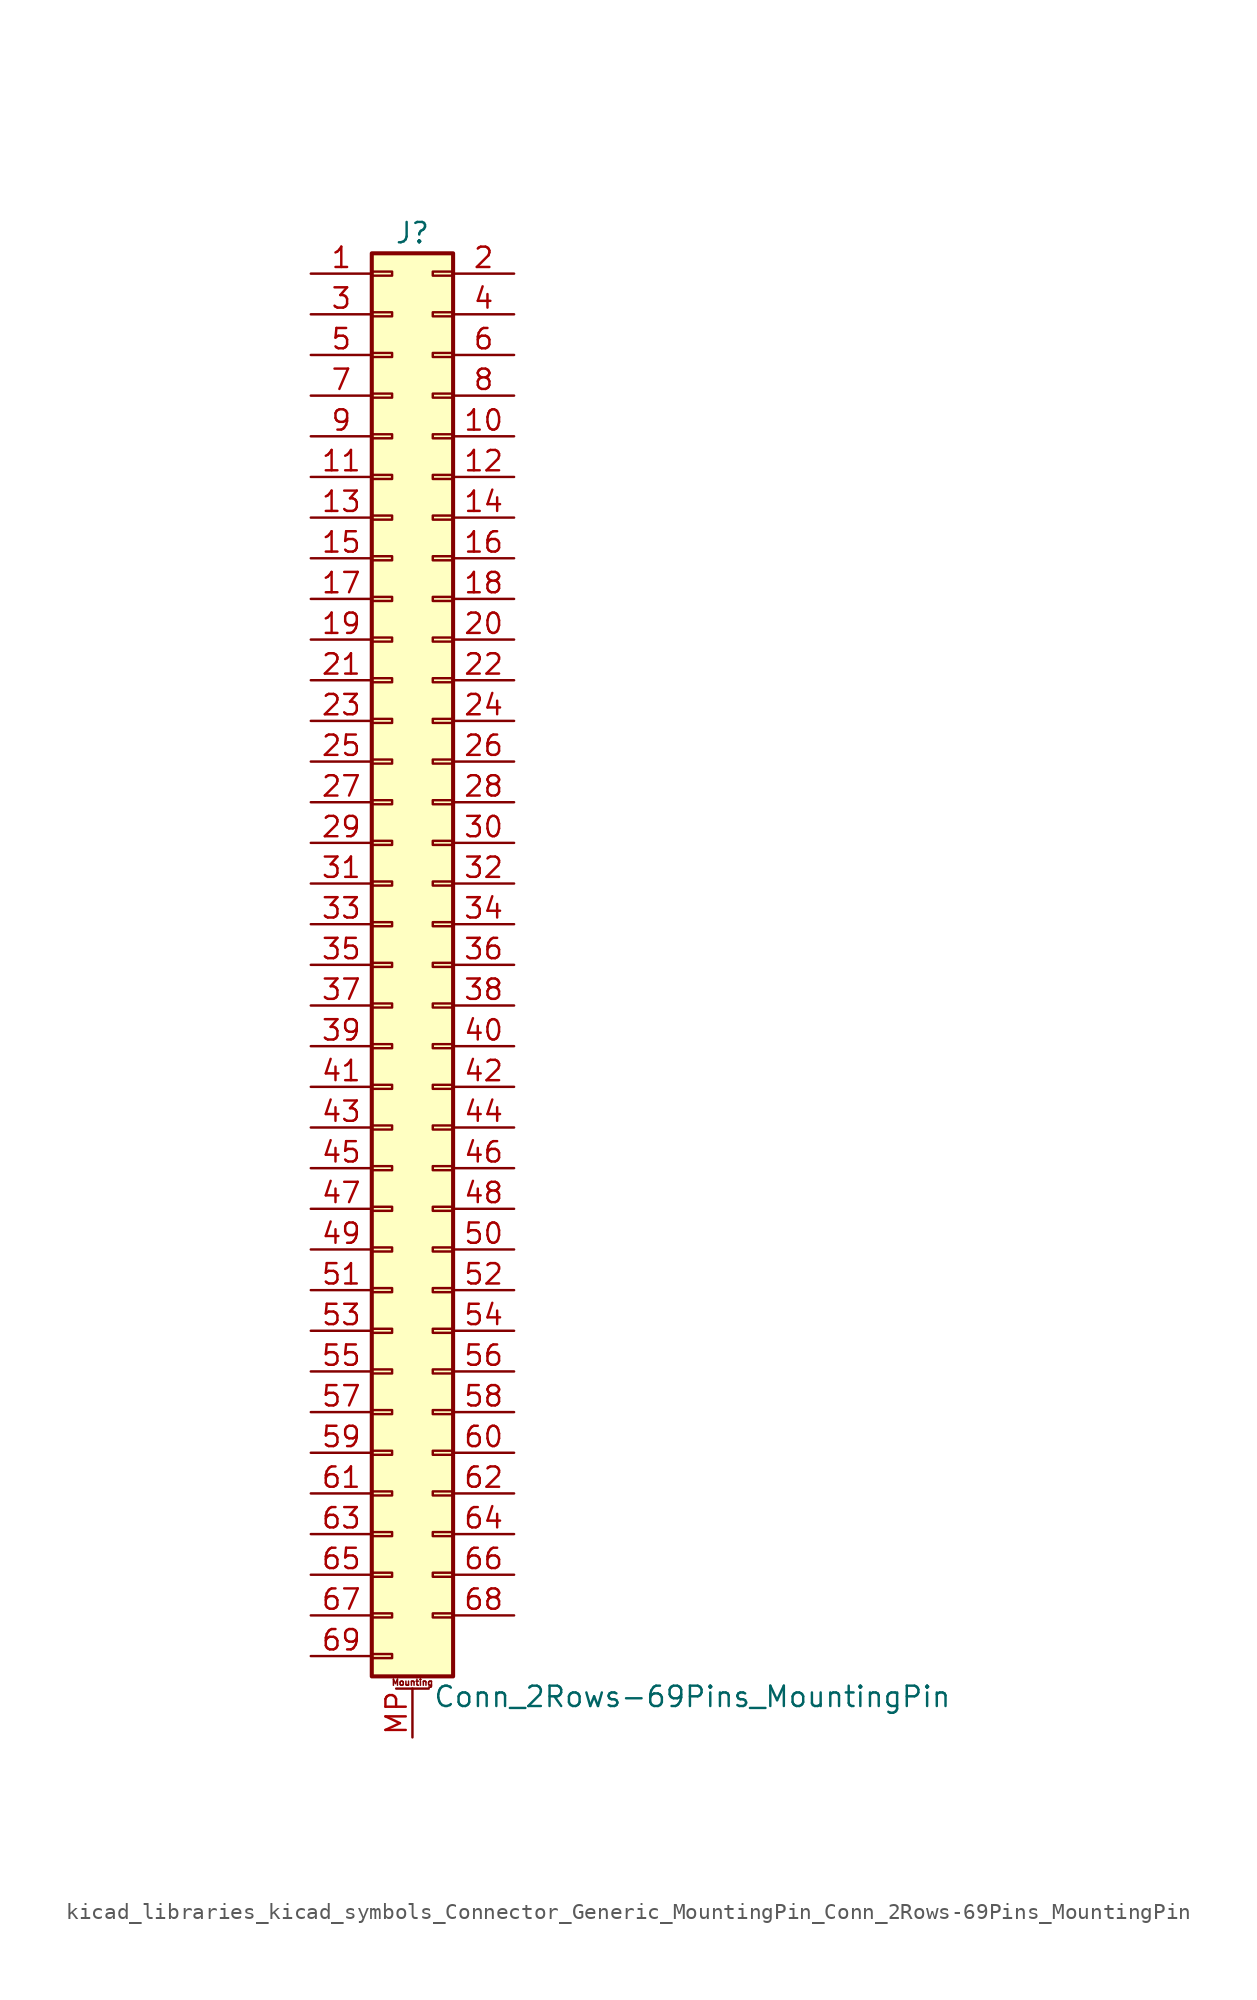
<source format=kicad_sym>
(kicad_symbol_lib
  (version 20220914)
  (generator kicad_symbol_editor)
  (symbol "kicad_libraries_kicad_symbols_Connector_Generic_MountingPin_Conn_2Rows-69Pins_MountingPin"
    (pin_names
      (offset 1.016) hide)
    (property "Reference" "J"
      (at 1.27 45.72 0)
      (effects (font (size 1.27 1.27))))
    (property "Value" "Conn_2Rows-69Pins_MountingPin"
      (at 2.54 -45.72 0)
      (effects (font (size 1.27 1.27)) (justify left)))
    (symbol "kicad_libraries_kicad_symbols_Connector_Generic_MountingPin_Conn_2Rows-69Pins_MountingPin_1_1"
      (rectangle (start -1.27 -43.053) (end 0 -43.307) (stroke (width 0.152) (type default)) (fill (type none)))
      (rectangle (start -1.27 -40.513) (end 0 -40.767) (stroke (width 0.152) (type default)) (fill (type none)))
      (rectangle (start -1.27 -37.973) (end 0 -38.227) (stroke (width 0.152) (type default)) (fill (type none)))
      (rectangle (start -1.27 -35.433) (end 0 -35.687) (stroke (width 0.152) (type default)) (fill (type none)))
      (rectangle (start -1.27 -32.893) (end 0 -33.147) (stroke (width 0.152) (type default)) (fill (type none)))
      (rectangle (start -1.27 -30.353) (end 0 -30.607) (stroke (width 0.152) (type default)) (fill (type none)))
      (rectangle (start -1.27 -27.813) (end 0 -28.067) (stroke (width 0.152) (type default)) (fill (type none)))
      (rectangle (start -1.27 -25.273) (end 0 -25.527) (stroke (width 0.152) (type default)) (fill (type none)))
      (rectangle (start -1.27 -22.733) (end 0 -22.987) (stroke (width 0.152) (type default)) (fill (type none)))
      (rectangle (start -1.27 -20.193) (end 0 -20.447) (stroke (width 0.152) (type default)) (fill (type none)))
      (rectangle (start -1.27 -17.653) (end 0 -17.907) (stroke (width 0.152) (type default)) (fill (type none)))
      (rectangle (start -1.27 -15.113) (end 0 -15.367) (stroke (width 0.152) (type default)) (fill (type none)))
      (rectangle (start -1.27 -12.573) (end 0 -12.827) (stroke (width 0.152) (type default)) (fill (type none)))
      (rectangle (start -1.27 -10.033) (end 0 -10.287) (stroke (width 0.152) (type default)) (fill (type none)))
      (rectangle (start -1.27 -7.493) (end 0 -7.747) (stroke (width 0.152) (type default)) (fill (type none)))
      (rectangle (start -1.27 -4.953) (end 0 -5.207) (stroke (width 0.152) (type default)) (fill (type none)))
      (rectangle (start -1.27 -2.413) (end 0 -2.667) (stroke (width 0.152) (type default)) (fill (type none)))
      (rectangle (start -1.27 0.127) (end 0 -0.127) (stroke (width 0.152) (type default)) (fill (type none)))
      (rectangle (start -1.27 2.667) (end 0 2.413) (stroke (width 0.152) (type default)) (fill (type none)))
      (rectangle (start -1.27 5.207) (end 0 4.953) (stroke (width 0.152) (type default)) (fill (type none)))
      (rectangle (start -1.27 7.747) (end 0 7.493) (stroke (width 0.152) (type default)) (fill (type none)))
      (rectangle (start -1.27 10.287) (end 0 10.033) (stroke (width 0.152) (type default)) (fill (type none)))
      (rectangle (start -1.27 12.827) (end 0 12.573) (stroke (width 0.152) (type default)) (fill (type none)))
      (rectangle (start -1.27 15.367) (end 0 15.113) (stroke (width 0.152) (type default)) (fill (type none)))
      (rectangle (start -1.27 17.907) (end 0 17.653) (stroke (width 0.152) (type default)) (fill (type none)))
      (rectangle (start -1.27 20.447) (end 0 20.193) (stroke (width 0.152) (type default)) (fill (type none)))
      (rectangle (start -1.27 22.987) (end 0 22.733) (stroke (width 0.152) (type default)) (fill (type none)))
      (rectangle (start -1.27 25.527) (end 0 25.273) (stroke (width 0.152) (type default)) (fill (type none)))
      (rectangle (start -1.27 28.067) (end 0 27.813) (stroke (width 0.152) (type default)) (fill (type none)))
      (rectangle (start -1.27 30.607) (end 0 30.353) (stroke (width 0.152) (type default)) (fill (type none)))
      (rectangle (start -1.27 33.147) (end 0 32.893) (stroke (width 0.152) (type default)) (fill (type none)))
      (rectangle (start -1.27 35.687) (end 0 35.433) (stroke (width 0.152) (type default)) (fill (type none)))
      (rectangle (start -1.27 38.227) (end 0 37.973) (stroke (width 0.152) (type default)) (fill (type none)))
      (rectangle (start -1.27 40.767) (end 0 40.513) (stroke (width 0.152) (type default)) (fill (type none)))
      (rectangle (start -1.27 43.307) (end 0 43.053) (stroke (width 0.152) (type default)) (fill (type none)))
      (rectangle (start -1.27 44.45) (end 3.81 -44.45) (stroke (width 0.254) (type default)) (fill (type background)))
      (polyline (pts (xy 0.254 -45.212) (xy 2.286 -45.212)) (stroke (width 0.152) (type default)) (fill (type none)))
      (rectangle (start 3.81 -40.513) (end 2.54 -40.767) (stroke (width 0.152) (type default)) (fill (type none)))
      (rectangle (start 3.81 -37.973) (end 2.54 -38.227) (stroke (width 0.152) (type default)) (fill (type none)))
      (rectangle (start 3.81 -35.433) (end 2.54 -35.687) (stroke (width 0.152) (type default)) (fill (type none)))
      (rectangle (start 3.81 -32.893) (end 2.54 -33.147) (stroke (width 0.152) (type default)) (fill (type none)))
      (rectangle (start 3.81 -30.353) (end 2.54 -30.607) (stroke (width 0.152) (type default)) (fill (type none)))
      (rectangle (start 3.81 -27.813) (end 2.54 -28.067) (stroke (width 0.152) (type default)) (fill (type none)))
      (rectangle (start 3.81 -25.273) (end 2.54 -25.527) (stroke (width 0.152) (type default)) (fill (type none)))
      (rectangle (start 3.81 -22.733) (end 2.54 -22.987) (stroke (width 0.152) (type default)) (fill (type none)))
      (rectangle (start 3.81 -20.193) (end 2.54 -20.447) (stroke (width 0.152) (type default)) (fill (type none)))
      (rectangle (start 3.81 -17.653) (end 2.54 -17.907) (stroke (width 0.152) (type default)) (fill (type none)))
      (rectangle (start 3.81 -15.113) (end 2.54 -15.367) (stroke (width 0.152) (type default)) (fill (type none)))
      (rectangle (start 3.81 -12.573) (end 2.54 -12.827) (stroke (width 0.152) (type default)) (fill (type none)))
      (rectangle (start 3.81 -10.033) (end 2.54 -10.287) (stroke (width 0.152) (type default)) (fill (type none)))
      (rectangle (start 3.81 -7.493) (end 2.54 -7.747) (stroke (width 0.152) (type default)) (fill (type none)))
      (rectangle (start 3.81 -4.953) (end 2.54 -5.207) (stroke (width 0.152) (type default)) (fill (type none)))
      (rectangle (start 3.81 -2.413) (end 2.54 -2.667) (stroke (width 0.152) (type default)) (fill (type none)))
      (rectangle (start 3.81 0.127) (end 2.54 -0.127) (stroke (width 0.152) (type default)) (fill (type none)))
      (rectangle (start 3.81 2.667) (end 2.54 2.413) (stroke (width 0.152) (type default)) (fill (type none)))
      (rectangle (start 3.81 5.207) (end 2.54 4.953) (stroke (width 0.152) (type default)) (fill (type none)))
      (rectangle (start 3.81 7.747) (end 2.54 7.493) (stroke (width 0.152) (type default)) (fill (type none)))
      (rectangle (start 3.81 10.287) (end 2.54 10.033) (stroke (width 0.152) (type default)) (fill (type none)))
      (rectangle (start 3.81 12.827) (end 2.54 12.573) (stroke (width 0.152) (type default)) (fill (type none)))
      (rectangle (start 3.81 15.367) (end 2.54 15.113) (stroke (width 0.152) (type default)) (fill (type none)))
      (rectangle (start 3.81 17.907) (end 2.54 17.653) (stroke (width 0.152) (type default)) (fill (type none)))
      (rectangle (start 3.81 20.447) (end 2.54 20.193) (stroke (width 0.152) (type default)) (fill (type none)))
      (rectangle (start 3.81 22.987) (end 2.54 22.733) (stroke (width 0.152) (type default)) (fill (type none)))
      (rectangle (start 3.81 25.527) (end 2.54 25.273) (stroke (width 0.152) (type default)) (fill (type none)))
      (rectangle (start 3.81 28.067) (end 2.54 27.813) (stroke (width 0.152) (type default)) (fill (type none)))
      (rectangle (start 3.81 30.607) (end 2.54 30.353) (stroke (width 0.152) (type default)) (fill (type none)))
      (rectangle (start 3.81 33.147) (end 2.54 32.893) (stroke (width 0.152) (type default)) (fill (type none)))
      (rectangle (start 3.81 35.687) (end 2.54 35.433) (stroke (width 0.152) (type default)) (fill (type none)))
      (rectangle (start 3.81 38.227) (end 2.54 37.973) (stroke (width 0.152) (type default)) (fill (type none)))
      (rectangle (start 3.81 40.767) (end 2.54 40.513) (stroke (width 0.152) (type default)) (fill (type none)))
      (rectangle (start 3.81 43.307) (end 2.54 43.053) (stroke (width 0.152) (type default)) (fill (type none)))
      (text "Mounting" (at 1.27 -44.831 0) (effects (font (size 0.381 0.381))))
      (pin passive line (at -5.08 43.18 0) (length 3.81) (name "Pin_1" (effects (font (size 1.27 1.27)))) (number "1" (effects (font (size 1.27 1.27)))))
      (pin passive line (at 7.62 33.02 180) (length 3.81) (name "Pin_10" (effects (font (size 1.27 1.27)))) (number "10" (effects (font (size 1.27 1.27)))))
      (pin passive line (at -5.08 30.48 0) (length 3.81) (name "Pin_11" (effects (font (size 1.27 1.27)))) (number "11" (effects (font (size 1.27 1.27)))))
      (pin passive line (at 7.62 30.48 180) (length 3.81) (name "Pin_12" (effects (font (size 1.27 1.27)))) (number "12" (effects (font (size 1.27 1.27)))))
      (pin passive line (at -5.08 27.94 0) (length 3.81) (name "Pin_13" (effects (font (size 1.27 1.27)))) (number "13" (effects (font (size 1.27 1.27)))))
      (pin passive line (at 7.62 27.94 180) (length 3.81) (name "Pin_14" (effects (font (size 1.27 1.27)))) (number "14" (effects (font (size 1.27 1.27)))))
      (pin passive line (at -5.08 25.4 0) (length 3.81) (name "Pin_15" (effects (font (size 1.27 1.27)))) (number "15" (effects (font (size 1.27 1.27)))))
      (pin passive line (at 7.62 25.4 180) (length 3.81) (name "Pin_16" (effects (font (size 1.27 1.27)))) (number "16" (effects (font (size 1.27 1.27)))))
      (pin passive line (at -5.08 22.86 0) (length 3.81) (name "Pin_17" (effects (font (size 1.27 1.27)))) (number "17" (effects (font (size 1.27 1.27)))))
      (pin passive line (at 7.62 22.86 180) (length 3.81) (name "Pin_18" (effects (font (size 1.27 1.27)))) (number "18" (effects (font (size 1.27 1.27)))))
      (pin passive line (at -5.08 20.32 0) (length 3.81) (name "Pin_19" (effects (font (size 1.27 1.27)))) (number "19" (effects (font (size 1.27 1.27)))))
      (pin passive line (at 7.62 43.18 180) (length 3.81) (name "Pin_2" (effects (font (size 1.27 1.27)))) (number "2" (effects (font (size 1.27 1.27)))))
      (pin passive line (at 7.62 20.32 180) (length 3.81) (name "Pin_20" (effects (font (size 1.27 1.27)))) (number "20" (effects (font (size 1.27 1.27)))))
      (pin passive line (at -5.08 17.78 0) (length 3.81) (name "Pin_21" (effects (font (size 1.27 1.27)))) (number "21" (effects (font (size 1.27 1.27)))))
      (pin passive line (at 7.62 17.78 180) (length 3.81) (name "Pin_22" (effects (font (size 1.27 1.27)))) (number "22" (effects (font (size 1.27 1.27)))))
      (pin passive line (at -5.08 15.24 0) (length 3.81) (name "Pin_23" (effects (font (size 1.27 1.27)))) (number "23" (effects (font (size 1.27 1.27)))))
      (pin passive line (at 7.62 15.24 180) (length 3.81) (name "Pin_24" (effects (font (size 1.27 1.27)))) (number "24" (effects (font (size 1.27 1.27)))))
      (pin passive line (at -5.08 12.7 0) (length 3.81) (name "Pin_25" (effects (font (size 1.27 1.27)))) (number "25" (effects (font (size 1.27 1.27)))))
      (pin passive line (at 7.62 12.7 180) (length 3.81) (name "Pin_26" (effects (font (size 1.27 1.27)))) (number "26" (effects (font (size 1.27 1.27)))))
      (pin passive line (at -5.08 10.16 0) (length 3.81) (name "Pin_27" (effects (font (size 1.27 1.27)))) (number "27" (effects (font (size 1.27 1.27)))))
      (pin passive line (at 7.62 10.16 180) (length 3.81) (name "Pin_28" (effects (font (size 1.27 1.27)))) (number "28" (effects (font (size 1.27 1.27)))))
      (pin passive line (at -5.08 7.62 0) (length 3.81) (name "Pin_29" (effects (font (size 1.27 1.27)))) (number "29" (effects (font (size 1.27 1.27)))))
      (pin passive line (at -5.08 40.64 0) (length 3.81) (name "Pin_3" (effects (font (size 1.27 1.27)))) (number "3" (effects (font (size 1.27 1.27)))))
      (pin passive line (at 7.62 7.62 180) (length 3.81) (name "Pin_30" (effects (font (size 1.27 1.27)))) (number "30" (effects (font (size 1.27 1.27)))))
      (pin passive line (at -5.08 5.08 0) (length 3.81) (name "Pin_31" (effects (font (size 1.27 1.27)))) (number "31" (effects (font (size 1.27 1.27)))))
      (pin passive line (at 7.62 5.08 180) (length 3.81) (name "Pin_32" (effects (font (size 1.27 1.27)))) (number "32" (effects (font (size 1.27 1.27)))))
      (pin passive line (at -5.08 2.54 0) (length 3.81) (name "Pin_33" (effects (font (size 1.27 1.27)))) (number "33" (effects (font (size 1.27 1.27)))))
      (pin passive line (at 7.62 2.54 180) (length 3.81) (name "Pin_34" (effects (font (size 1.27 1.27)))) (number "34" (effects (font (size 1.27 1.27)))))
      (pin passive line (at -5.08 0 0) (length 3.81) (name "Pin_35" (effects (font (size 1.27 1.27)))) (number "35" (effects (font (size 1.27 1.27)))))
      (pin passive line (at 7.62 0 180) (length 3.81) (name "Pin_36" (effects (font (size 1.27 1.27)))) (number "36" (effects (font (size 1.27 1.27)))))
      (pin passive line (at -5.08 -2.54 0) (length 3.81) (name "Pin_37" (effects (font (size 1.27 1.27)))) (number "37" (effects (font (size 1.27 1.27)))))
      (pin passive line (at 7.62 -2.54 180) (length 3.81) (name "Pin_38" (effects (font (size 1.27 1.27)))) (number "38" (effects (font (size 1.27 1.27)))))
      (pin passive line (at -5.08 -5.08 0) (length 3.81) (name "Pin_39" (effects (font (size 1.27 1.27)))) (number "39" (effects (font (size 1.27 1.27)))))
      (pin passive line (at 7.62 40.64 180) (length 3.81) (name "Pin_4" (effects (font (size 1.27 1.27)))) (number "4" (effects (font (size 1.27 1.27)))))
      (pin passive line (at 7.62 -5.08 180) (length 3.81) (name "Pin_40" (effects (font (size 1.27 1.27)))) (number "40" (effects (font (size 1.27 1.27)))))
      (pin passive line (at -5.08 -7.62 0) (length 3.81) (name "Pin_41" (effects (font (size 1.27 1.27)))) (number "41" (effects (font (size 1.27 1.27)))))
      (pin passive line (at 7.62 -7.62 180) (length 3.81) (name "Pin_42" (effects (font (size 1.27 1.27)))) (number "42" (effects (font (size 1.27 1.27)))))
      (pin passive line (at -5.08 -10.16 0) (length 3.81) (name "Pin_43" (effects (font (size 1.27 1.27)))) (number "43" (effects (font (size 1.27 1.27)))))
      (pin passive line (at 7.62 -10.16 180) (length 3.81) (name "Pin_44" (effects (font (size 1.27 1.27)))) (number "44" (effects (font (size 1.27 1.27)))))
      (pin passive line (at -5.08 -12.7 0) (length 3.81) (name "Pin_45" (effects (font (size 1.27 1.27)))) (number "45" (effects (font (size 1.27 1.27)))))
      (pin passive line (at 7.62 -12.7 180) (length 3.81) (name "Pin_46" (effects (font (size 1.27 1.27)))) (number "46" (effects (font (size 1.27 1.27)))))
      (pin passive line (at -5.08 -15.24 0) (length 3.81) (name "Pin_47" (effects (font (size 1.27 1.27)))) (number "47" (effects (font (size 1.27 1.27)))))
      (pin passive line (at 7.62 -15.24 180) (length 3.81) (name "Pin_48" (effects (font (size 1.27 1.27)))) (number "48" (effects (font (size 1.27 1.27)))))
      (pin passive line (at -5.08 -17.78 0) (length 3.81) (name "Pin_49" (effects (font (size 1.27 1.27)))) (number "49" (effects (font (size 1.27 1.27)))))
      (pin passive line (at -5.08 38.1 0) (length 3.81) (name "Pin_5" (effects (font (size 1.27 1.27)))) (number "5" (effects (font (size 1.27 1.27)))))
      (pin passive line (at 7.62 -17.78 180) (length 3.81) (name "Pin_50" (effects (font (size 1.27 1.27)))) (number "50" (effects (font (size 1.27 1.27)))))
      (pin passive line (at -5.08 -20.32 0) (length 3.81) (name "Pin_51" (effects (font (size 1.27 1.27)))) (number "51" (effects (font (size 1.27 1.27)))))
      (pin passive line (at 7.62 -20.32 180) (length 3.81) (name "Pin_52" (effects (font (size 1.27 1.27)))) (number "52" (effects (font (size 1.27 1.27)))))
      (pin passive line (at -5.08 -22.86 0) (length 3.81) (name "Pin_53" (effects (font (size 1.27 1.27)))) (number "53" (effects (font (size 1.27 1.27)))))
      (pin passive line (at 7.62 -22.86 180) (length 3.81) (name "Pin_54" (effects (font (size 1.27 1.27)))) (number "54" (effects (font (size 1.27 1.27)))))
      (pin passive line (at -5.08 -25.4 0) (length 3.81) (name "Pin_55" (effects (font (size 1.27 1.27)))) (number "55" (effects (font (size 1.27 1.27)))))
      (pin passive line (at 7.62 -25.4 180) (length 3.81) (name "Pin_56" (effects (font (size 1.27 1.27)))) (number "56" (effects (font (size 1.27 1.27)))))
      (pin passive line (at -5.08 -27.94 0) (length 3.81) (name "Pin_57" (effects (font (size 1.27 1.27)))) (number "57" (effects (font (size 1.27 1.27)))))
      (pin passive line (at 7.62 -27.94 180) (length 3.81) (name "Pin_58" (effects (font (size 1.27 1.27)))) (number "58" (effects (font (size 1.27 1.27)))))
      (pin passive line (at -5.08 -30.48 0) (length 3.81) (name "Pin_59" (effects (font (size 1.27 1.27)))) (number "59" (effects (font (size 1.27 1.27)))))
      (pin passive line (at 7.62 38.1 180) (length 3.81) (name "Pin_6" (effects (font (size 1.27 1.27)))) (number "6" (effects (font (size 1.27 1.27)))))
      (pin passive line (at 7.62 -30.48 180) (length 3.81) (name "Pin_60" (effects (font (size 1.27 1.27)))) (number "60" (effects (font (size 1.27 1.27)))))
      (pin passive line (at -5.08 -33.02 0) (length 3.81) (name "Pin_61" (effects (font (size 1.27 1.27)))) (number "61" (effects (font (size 1.27 1.27)))))
      (pin passive line (at 7.62 -33.02 180) (length 3.81) (name "Pin_62" (effects (font (size 1.27 1.27)))) (number "62" (effects (font (size 1.27 1.27)))))
      (pin passive line (at -5.08 -35.56 0) (length 3.81) (name "Pin_63" (effects (font (size 1.27 1.27)))) (number "63" (effects (font (size 1.27 1.27)))))
      (pin passive line (at 7.62 -35.56 180) (length 3.81) (name "Pin_64" (effects (font (size 1.27 1.27)))) (number "64" (effects (font (size 1.27 1.27)))))
      (pin passive line (at -5.08 -38.1 0) (length 3.81) (name "Pin_65" (effects (font (size 1.27 1.27)))) (number "65" (effects (font (size 1.27 1.27)))))
      (pin passive line (at 7.62 -38.1 180) (length 3.81) (name "Pin_66" (effects (font (size 1.27 1.27)))) (number "66" (effects (font (size 1.27 1.27)))))
      (pin passive line (at -5.08 -40.64 0) (length 3.81) (name "Pin_67" (effects (font (size 1.27 1.27)))) (number "67" (effects (font (size 1.27 1.27)))))
      (pin passive line (at 7.62 -40.64 180) (length 3.81) (name "Pin_68" (effects (font (size 1.27 1.27)))) (number "68" (effects (font (size 1.27 1.27)))))
      (pin passive line (at -5.08 -43.18 0) (length 3.81) (name "Pin_69" (effects (font (size 1.27 1.27)))) (number "69" (effects (font (size 1.27 1.27)))))
      (pin passive line (at -5.08 35.56 0) (length 3.81) (name "Pin_7" (effects (font (size 1.27 1.27)))) (number "7" (effects (font (size 1.27 1.27)))))
      (pin passive line (at 7.62 35.56 180) (length 3.81) (name "Pin_8" (effects (font (size 1.27 1.27)))) (number "8" (effects (font (size 1.27 1.27)))))
      (pin passive line (at -5.08 33.02 0) (length 3.81) (name "Pin_9" (effects (font (size 1.27 1.27)))) (number "9" (effects (font (size 1.27 1.27)))))
      (pin passive line (at 1.27 -48.26 90) (length 3.048) (name "MountPin" (effects (font (size 1.27 1.27)))) (number "MP" (effects (font (size 1.27 1.27))))))))
</source>
